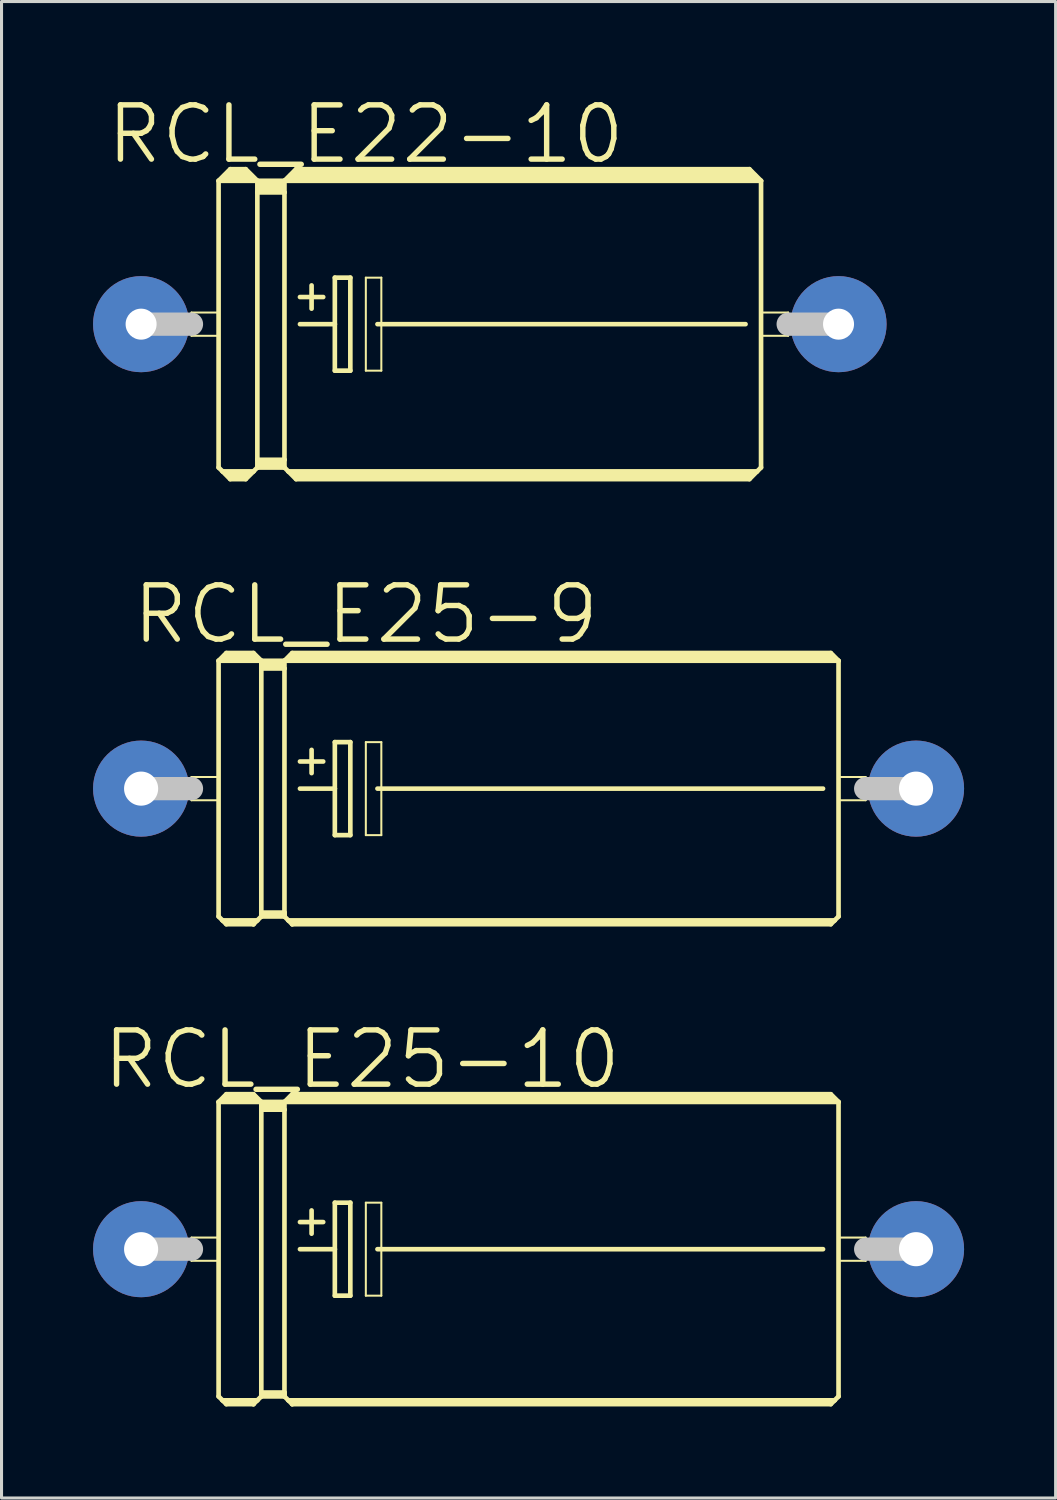
<source format=kicad_pcb>
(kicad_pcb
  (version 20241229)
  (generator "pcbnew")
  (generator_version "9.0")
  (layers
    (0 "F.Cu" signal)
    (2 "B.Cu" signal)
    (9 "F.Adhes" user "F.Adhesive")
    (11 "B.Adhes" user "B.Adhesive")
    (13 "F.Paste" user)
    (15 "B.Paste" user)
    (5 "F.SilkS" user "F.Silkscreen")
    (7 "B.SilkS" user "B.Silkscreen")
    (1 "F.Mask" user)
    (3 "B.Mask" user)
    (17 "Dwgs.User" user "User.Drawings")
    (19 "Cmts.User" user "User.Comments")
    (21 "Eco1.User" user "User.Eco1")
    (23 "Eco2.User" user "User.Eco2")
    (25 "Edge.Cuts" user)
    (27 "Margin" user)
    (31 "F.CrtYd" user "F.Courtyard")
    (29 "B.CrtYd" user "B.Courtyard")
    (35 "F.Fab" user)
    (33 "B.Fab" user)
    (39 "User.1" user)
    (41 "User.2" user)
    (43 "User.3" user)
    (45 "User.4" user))
  (footprint "RCL_E25-10"
    (layer "F.Cu")
    (at 14.275 37.895)
    (property "Reference" "RCL_E25-10" (at -5.461 -6.223 0) (layer "F.SilkS") (effects (font (size 1.778 1.778) (thickness 0.178))))
    (attr exclude_from_pos_files exclude_from_bom)
    (fp_line (start -11.049 -0.381) (end -10.16 -0.381) (stroke (width 0.066) (type solid)) (layer "F.SilkS"))
    (fp_line (start -11.049 0.381) (end -11.049 -0.381) (stroke (width 0.066) (type solid)) (layer "F.SilkS"))
    (fp_line (start -11.049 0.381) (end -10.16 0.381) (stroke (width 0.066) (type solid)) (layer "F.SilkS"))
    (fp_line (start -10.16 -4.826) (end -10.16 4.826) (stroke (width 0.152) (type solid)) (layer "F.SilkS"))
    (fp_line (start -10.16 -4.826) (end -9.906 -5.08) (stroke (width 0.152) (type solid)) (layer "F.SilkS"))
    (fp_line (start -10.16 -4.826) (end -8.76 -4.826) (stroke (width 0.152) (type solid)) (layer "F.SilkS"))
    (fp_line (start -10.16 0.381) (end -10.16 -0.381) (stroke (width 0.066) (type solid)) (layer "F.SilkS"))
    (fp_line (start -10.16 4.826) (end -10.033 4.953) (stroke (width 0.152) (type solid)) (layer "F.SilkS"))
    (fp_line (start -10.033 4.953) (end -9.906 5.08) (stroke (width 0.152) (type solid)) (layer "F.SilkS"))
    (fp_line (start -10.033 4.953) (end -8.89 4.953) (stroke (width 0.152) (type solid)) (layer "F.SilkS"))
    (fp_line (start -9.906 -5.08) (end -9.017 -5.08) (stroke (width 0.152) (type solid)) (layer "F.SilkS"))
    (fp_line (start -9.906 -4.953) (end -9.017 -4.953) (stroke (width 0.305) (type solid)) (layer "F.SilkS"))
    (fp_line (start -9.906 5.029) (end -9.017 5.029) (stroke (width 0.152) (type solid)) (layer "F.SilkS"))
    (fp_line (start -9.906 5.08) (end -9.017 5.08) (stroke (width 0.152) (type solid)) (layer "F.SilkS"))
    (fp_line (start -9.017 -5.08) (end -8.76 -4.826) (stroke (width 0.152) (type solid)) (layer "F.SilkS"))
    (fp_line (start -9.017 5.029) (end -9.017 5.08) (stroke (width 0.152) (type solid)) (layer "F.SilkS"))
    (fp_line (start -9.017 5.08) (end -8.89 4.953) (stroke (width 0.152) (type solid)) (layer "F.SilkS"))
    (fp_line (start -8.89 4.953) (end -8.76 4.826) (stroke (width 0.152) (type solid)) (layer "F.SilkS"))
    (fp_line (start -8.76 -4.826) (end -8.76 -4.572) (stroke (width 0.152) (type solid)) (layer "F.SilkS"))
    (fp_line (start -8.76 -4.572) (end -8.001 -4.572) (stroke (width 0.152) (type solid)) (layer "F.SilkS"))
    (fp_line (start -8.76 4.699) (end -8.76 -4.572) (stroke (width 0.152) (type solid)) (layer "F.SilkS"))
    (fp_line (start -8.76 4.699) (end -8.001 4.699) (stroke (width 0.152) (type solid)) (layer "F.SilkS"))
    (fp_line (start -8.76 4.775) (end -8.76 4.699) (stroke (width 0.152) (type solid)) (layer "F.SilkS"))
    (fp_line (start -8.76 4.775) (end -8.001 4.775) (stroke (width 0.152) (type solid)) (layer "F.SilkS"))
    (fp_line (start -8.76 4.826) (end -8.76 4.775) (stroke (width 0.152) (type solid)) (layer "F.SilkS"))
    (fp_line (start -8.636 -4.699) (end -8.128 -4.699) (stroke (width 0.305) (type solid)) (layer "F.SilkS"))
    (fp_line (start -8.001 -4.826) (end -8.76 -4.826) (stroke (width 0.152) (type solid)) (layer "F.SilkS"))
    (fp_line (start -8.001 -4.826) (end -8.001 -4.572) (stroke (width 0.152) (type solid)) (layer "F.SilkS"))
    (fp_line (start -8.001 -4.826) (end 10.16 -4.826) (stroke (width 0.152) (type solid)) (layer "F.SilkS"))
    (fp_line (start -8.001 4.699) (end -8.001 -4.572) (stroke (width 0.152) (type solid)) (layer "F.SilkS"))
    (fp_line (start -8.001 4.775) (end -8.001 4.699) (stroke (width 0.152) (type solid)) (layer "F.SilkS"))
    (fp_line (start -8.001 4.826) (end -8.76 4.826) (stroke (width 0.152) (type solid)) (layer "F.SilkS"))
    (fp_line (start -8.001 4.826) (end -8.001 4.775) (stroke (width 0.152) (type solid)) (layer "F.SilkS"))
    (fp_line (start -7.874 4.953) (end -8.001 4.826) (stroke (width 0.152) (type solid)) (layer "F.SilkS"))
    (fp_line (start -7.874 4.953) (end 10.033 4.953) (stroke (width 0.152) (type solid)) (layer "F.SilkS"))
    (fp_line (start -7.747 -5.08) (end -8.001 -4.826) (stroke (width 0.152) (type solid)) (layer "F.SilkS"))
    (fp_line (start -7.747 -5.08) (end 9.906 -5.08) (stroke (width 0.152) (type solid)) (layer "F.SilkS"))
    (fp_line (start -7.747 -4.953) (end 9.906 -4.953) (stroke (width 0.305) (type solid)) (layer "F.SilkS"))
    (fp_line (start -7.747 5.029) (end 9.906 5.029) (stroke (width 0.152) (type solid)) (layer "F.SilkS"))
    (fp_line (start -7.747 5.08) (end -7.874 4.953) (stroke (width 0.152) (type solid)) (layer "F.SilkS"))
    (fp_line (start -7.747 5.08) (end -7.747 5.029) (stroke (width 0.152) (type solid)) (layer "F.SilkS"))
    (fp_line (start -7.747 5.08) (end 9.906 5.08) (stroke (width 0.152) (type solid)) (layer "F.SilkS"))
    (fp_line (start -7.493 -0.889) (end -6.731 -0.889) (stroke (width 0.152) (type solid)) (layer "F.SilkS"))
    (fp_line (start -7.493 0) (end -6.35 0) (stroke (width 0.152) (type solid)) (layer "F.SilkS"))
    (fp_line (start -7.112 -1.27) (end -7.112 -0.508) (stroke (width 0.152) (type solid)) (layer "F.SilkS"))
    (fp_line (start -6.35 -1.524) (end -6.35 0) (stroke (width 0.152) (type solid)) (layer "F.SilkS"))
    (fp_line (start -6.35 0) (end -6.35 1.524) (stroke (width 0.152) (type solid)) (layer "F.SilkS"))
    (fp_line (start -6.35 1.524) (end -5.842 1.524) (stroke (width 0.152) (type solid)) (layer "F.SilkS"))
    (fp_line (start -5.842 -1.524) (end -6.35 -1.524) (stroke (width 0.152) (type solid)) (layer "F.SilkS"))
    (fp_line (start -5.842 1.524) (end -5.842 -1.524) (stroke (width 0.152) (type solid)) (layer "F.SilkS"))
    (fp_line (start -5.334 -1.524) (end -4.826 -1.524) (stroke (width 0.066) (type solid)) (layer "F.SilkS"))
    (fp_line (start -5.334 1.524) (end -5.334 -1.524) (stroke (width 0.066) (type solid)) (layer "F.SilkS"))
    (fp_line (start -5.334 1.524) (end -4.826 1.524) (stroke (width 0.066) (type solid)) (layer "F.SilkS"))
    (fp_line (start -4.953 0) (end 9.652 0) (stroke (width 0.152) (type solid)) (layer "F.SilkS"))
    (fp_line (start -4.826 1.524) (end -4.826 -1.524) (stroke (width 0.066) (type solid)) (layer "F.SilkS"))
    (fp_line (start 9.906 -5.08) (end 10.16 -4.826) (stroke (width 0.152) (type solid)) (layer "F.SilkS"))
    (fp_line (start 9.906 5.08) (end 10.033 4.953) (stroke (width 0.152) (type solid)) (layer "F.SilkS"))
    (fp_line (start 10.033 4.953) (end 10.16 4.826) (stroke (width 0.152) (type solid)) (layer "F.SilkS"))
    (fp_line (start 10.16 -0.381) (end 11.049 -0.381) (stroke (width 0.066) (type solid)) (layer "F.SilkS"))
    (fp_line (start 10.16 0.381) (end 10.16 -0.381) (stroke (width 0.066) (type solid)) (layer "F.SilkS"))
    (fp_line (start 10.16 0.381) (end 11.049 0.381) (stroke (width 0.066) (type solid)) (layer "F.SilkS"))
    (fp_line (start 10.16 4.826) (end 10.16 -4.826) (stroke (width 0.152) (type solid)) (layer "F.SilkS"))
    (fp_line (start 11.049 0.381) (end 11.049 -0.381) (stroke (width 0.066) (type solid)) (layer "F.SilkS"))
    (fp_line (start -12.7 0) (end -11.049 0) (stroke (width 0.762) (type solid)) (layer "Dwgs.User"))
    (fp_line (start 12.7 0) (end 11.049 0) (stroke (width 0.762) (type solid)) (layer "Dwgs.User"))
    (pad "+" thru_hole circle (at -12.7 0) (size 3.15 3.15) (drill 1.118) (layers "*.Cu" "*.Paste" "*.Mask"))
    (pad "-" thru_hole circle (at 12.7 0) (size 3.15 3.15) (drill 1.118) (layers "*.Cu" "*.Paste" "*.Mask")))
  (footprint "RCL_E25-9"
    (layer "F.Cu")
    (at 14.275 22.799)
    (property "Reference" "RCL_E25-9" (at -5.334 -5.715 0) (layer "F.SilkS") (effects (font (size 1.778 1.778) (thickness 0.178))))
    (attr exclude_from_pos_files exclude_from_bom)
    (fp_line (start -11.049 -0.381) (end -10.16 -0.381) (stroke (width 0.066) (type solid)) (layer "F.SilkS"))
    (fp_line (start -11.049 0.381) (end -11.049 -0.381) (stroke (width 0.066) (type solid)) (layer "F.SilkS"))
    (fp_line (start -11.049 0.381) (end -10.16 0.381) (stroke (width 0.066) (type solid)) (layer "F.SilkS"))
    (fp_line (start -10.16 -4.191) (end -10.16 4.191) (stroke (width 0.152) (type solid)) (layer "F.SilkS"))
    (fp_line (start -10.16 -4.191) (end -9.906 -4.445) (stroke (width 0.152) (type solid)) (layer "F.SilkS"))
    (fp_line (start -10.16 -4.191) (end -8.76 -4.191) (stroke (width 0.152) (type solid)) (layer "F.SilkS"))
    (fp_line (start -10.16 0.381) (end -10.16 -0.381) (stroke (width 0.066) (type solid)) (layer "F.SilkS"))
    (fp_line (start -10.16 4.191) (end -10.033 4.318) (stroke (width 0.152) (type solid)) (layer "F.SilkS"))
    (fp_line (start -10.033 4.318) (end -9.906 4.445) (stroke (width 0.152) (type solid)) (layer "F.SilkS"))
    (fp_line (start -10.033 4.318) (end -8.89 4.318) (stroke (width 0.152) (type solid)) (layer "F.SilkS"))
    (fp_line (start -9.906 -4.445) (end -9.017 -4.445) (stroke (width 0.152) (type solid)) (layer "F.SilkS"))
    (fp_line (start -9.906 -4.318) (end -9.017 -4.318) (stroke (width 0.305) (type solid)) (layer "F.SilkS"))
    (fp_line (start -9.906 4.392) (end -9.017 4.392) (stroke (width 0.152) (type solid)) (layer "F.SilkS"))
    (fp_line (start -9.906 4.445) (end -9.017 4.445) (stroke (width 0.152) (type solid)) (layer "F.SilkS"))
    (fp_line (start -9.017 -4.445) (end -8.76 -4.191) (stroke (width 0.152) (type solid)) (layer "F.SilkS"))
    (fp_line (start -9.017 4.392) (end -9.017 4.445) (stroke (width 0.152) (type solid)) (layer "F.SilkS"))
    (fp_line (start -9.017 4.445) (end -8.89 4.318) (stroke (width 0.152) (type solid)) (layer "F.SilkS"))
    (fp_line (start -8.89 4.318) (end -8.76 4.191) (stroke (width 0.152) (type solid)) (layer "F.SilkS"))
    (fp_line (start -8.76 -4.191) (end -8.76 -3.937) (stroke (width 0.152) (type solid)) (layer "F.SilkS"))
    (fp_line (start -8.76 -3.937) (end -8.001 -3.937) (stroke (width 0.152) (type solid)) (layer "F.SilkS"))
    (fp_line (start -8.76 4.064) (end -8.76 -3.937) (stroke (width 0.152) (type solid)) (layer "F.SilkS"))
    (fp_line (start -8.76 4.064) (end -8.001 4.064) (stroke (width 0.152) (type solid)) (layer "F.SilkS"))
    (fp_line (start -8.76 4.14) (end -8.76 4.064) (stroke (width 0.152) (type solid)) (layer "F.SilkS"))
    (fp_line (start -8.76 4.14) (end -8.001 4.14) (stroke (width 0.152) (type solid)) (layer "F.SilkS"))
    (fp_line (start -8.76 4.191) (end -8.76 4.14) (stroke (width 0.152) (type solid)) (layer "F.SilkS"))
    (fp_line (start -8.636 -4.064) (end -8.128 -4.064) (stroke (width 0.305) (type solid)) (layer "F.SilkS"))
    (fp_line (start -8.001 -4.191) (end -8.76 -4.191) (stroke (width 0.152) (type solid)) (layer "F.SilkS"))
    (fp_line (start -8.001 -4.191) (end -8.001 -3.937) (stroke (width 0.152) (type solid)) (layer "F.SilkS"))
    (fp_line (start -8.001 -4.191) (end 10.16 -4.191) (stroke (width 0.152) (type solid)) (layer "F.SilkS"))
    (fp_line (start -8.001 4.064) (end -8.001 -3.937) (stroke (width 0.152) (type solid)) (layer "F.SilkS"))
    (fp_line (start -8.001 4.14) (end -8.001 4.064) (stroke (width 0.152) (type solid)) (layer "F.SilkS"))
    (fp_line (start -8.001 4.191) (end -8.76 4.191) (stroke (width 0.152) (type solid)) (layer "F.SilkS"))
    (fp_line (start -8.001 4.191) (end -8.001 4.14) (stroke (width 0.152) (type solid)) (layer "F.SilkS"))
    (fp_line (start -7.874 4.318) (end -8.001 4.191) (stroke (width 0.152) (type solid)) (layer "F.SilkS"))
    (fp_line (start -7.874 4.318) (end 10.033 4.318) (stroke (width 0.152) (type solid)) (layer "F.SilkS"))
    (fp_line (start -7.747 -4.445) (end -8.001 -4.191) (stroke (width 0.152) (type solid)) (layer "F.SilkS"))
    (fp_line (start -7.747 -4.445) (end 9.906 -4.445) (stroke (width 0.152) (type solid)) (layer "F.SilkS"))
    (fp_line (start -7.747 -4.318) (end 9.906 -4.318) (stroke (width 0.305) (type solid)) (layer "F.SilkS"))
    (fp_line (start -7.747 4.392) (end 9.906 4.392) (stroke (width 0.152) (type solid)) (layer "F.SilkS"))
    (fp_line (start -7.747 4.445) (end -7.874 4.318) (stroke (width 0.152) (type solid)) (layer "F.SilkS"))
    (fp_line (start -7.747 4.445) (end -7.747 4.392) (stroke (width 0.152) (type solid)) (layer "F.SilkS"))
    (fp_line (start -7.747 4.445) (end 9.906 4.445) (stroke (width 0.152) (type solid)) (layer "F.SilkS"))
    (fp_line (start -7.493 -0.889) (end -6.731 -0.889) (stroke (width 0.152) (type solid)) (layer "F.SilkS"))
    (fp_line (start -7.493 0) (end -6.35 0) (stroke (width 0.152) (type solid)) (layer "F.SilkS"))
    (fp_line (start -7.112 -1.27) (end -7.112 -0.508) (stroke (width 0.152) (type solid)) (layer "F.SilkS"))
    (fp_line (start -6.35 -1.524) (end -6.35 0) (stroke (width 0.152) (type solid)) (layer "F.SilkS"))
    (fp_line (start -6.35 0) (end -6.35 1.524) (stroke (width 0.152) (type solid)) (layer "F.SilkS"))
    (fp_line (start -6.35 1.524) (end -5.842 1.524) (stroke (width 0.152) (type solid)) (layer "F.SilkS"))
    (fp_line (start -5.842 -1.524) (end -6.35 -1.524) (stroke (width 0.152) (type solid)) (layer "F.SilkS"))
    (fp_line (start -5.842 1.524) (end -5.842 -1.524) (stroke (width 0.152) (type solid)) (layer "F.SilkS"))
    (fp_line (start -5.334 -1.524) (end -4.826 -1.524) (stroke (width 0.066) (type solid)) (layer "F.SilkS"))
    (fp_line (start -5.334 1.524) (end -5.334 -1.524) (stroke (width 0.066) (type solid)) (layer "F.SilkS"))
    (fp_line (start -5.334 1.524) (end -4.826 1.524) (stroke (width 0.066) (type solid)) (layer "F.SilkS"))
    (fp_line (start -4.953 0) (end 9.652 0) (stroke (width 0.152) (type solid)) (layer "F.SilkS"))
    (fp_line (start -4.826 1.524) (end -4.826 -1.524) (stroke (width 0.066) (type solid)) (layer "F.SilkS"))
    (fp_line (start 9.906 -4.445) (end 10.16 -4.191) (stroke (width 0.152) (type solid)) (layer "F.SilkS"))
    (fp_line (start 9.906 4.445) (end 10.033 4.318) (stroke (width 0.152) (type solid)) (layer "F.SilkS"))
    (fp_line (start 10.033 4.318) (end 10.16 4.191) (stroke (width 0.152) (type solid)) (layer "F.SilkS"))
    (fp_line (start 10.16 -0.381) (end 11.049 -0.381) (stroke (width 0.066) (type solid)) (layer "F.SilkS"))
    (fp_line (start 10.16 0.381) (end 10.16 -0.381) (stroke (width 0.066) (type solid)) (layer "F.SilkS"))
    (fp_line (start 10.16 0.381) (end 11.049 0.381) (stroke (width 0.066) (type solid)) (layer "F.SilkS"))
    (fp_line (start 10.16 4.191) (end 10.16 -4.191) (stroke (width 0.152) (type solid)) (layer "F.SilkS"))
    (fp_line (start 11.049 0.381) (end 11.049 -0.381) (stroke (width 0.066) (type solid)) (layer "F.SilkS"))
    (fp_line (start -12.7 0) (end -11.049 0) (stroke (width 0.762) (type solid)) (layer "Dwgs.User"))
    (fp_line (start 12.7 0) (end 11.049 0) (stroke (width 0.762) (type solid)) (layer "Dwgs.User"))
    (pad "+" thru_hole circle (at -12.7 0) (size 3.15 3.15) (drill 1.118) (layers "*.Cu" "*.Paste" "*.Mask"))
    (pad "-" thru_hole circle (at 12.7 0) (size 3.15 3.15) (drill 1.118) (layers "*.Cu" "*.Paste" "*.Mask")))
  (footprint "RCL_E22-10"
    (layer "F.Cu")
    (at 13.005 7.575)
    (property "Reference" "RCL_E22-10" (at -4.064 -6.223 0) (layer "F.SilkS") (effects (font (size 1.778 1.778) (thickness 0.178))))
    (attr exclude_from_pos_files exclude_from_bom)
    (fp_line (start -9.779 -0.381) (end -8.89 -0.381) (stroke (width 0.066) (type solid)) (layer "F.SilkS"))
    (fp_line (start -9.779 0.381) (end -9.779 -0.381) (stroke (width 0.066) (type solid)) (layer "F.SilkS"))
    (fp_line (start -9.779 0.381) (end -8.89 0.381) (stroke (width 0.066) (type solid)) (layer "F.SilkS"))
    (fp_line (start -8.89 -4.699) (end -8.89 4.699) (stroke (width 0.152) (type solid)) (layer "F.SilkS"))
    (fp_line (start -8.89 -4.699) (end -8.509 -5.08) (stroke (width 0.152) (type solid)) (layer "F.SilkS"))
    (fp_line (start -8.89 -4.699) (end -7.62 -4.699) (stroke (width 0.152) (type solid)) (layer "F.SilkS"))
    (fp_line (start -8.89 0.381) (end -8.89 -0.381) (stroke (width 0.066) (type solid)) (layer "F.SilkS"))
    (fp_line (start -8.89 4.699) (end -8.76 4.826) (stroke (width 0.152) (type solid)) (layer "F.SilkS"))
    (fp_line (start -8.76 4.826) (end -8.509 5.08) (stroke (width 0.152) (type solid)) (layer "F.SilkS"))
    (fp_line (start -8.76 4.826) (end -7.747 4.826) (stroke (width 0.152) (type solid)) (layer "F.SilkS"))
    (fp_line (start -8.636 -4.826) (end -7.874 -4.826) (stroke (width 0.305) (type solid)) (layer "F.SilkS"))
    (fp_line (start -8.509 -5.08) (end -8.001 -5.08) (stroke (width 0.152) (type solid)) (layer "F.SilkS"))
    (fp_line (start -8.509 -4.953) (end -8.001 -4.953) (stroke (width 0.305) (type solid)) (layer "F.SilkS"))
    (fp_line (start -8.509 4.953) (end -8.001 4.953) (stroke (width 0.254) (type solid)) (layer "F.SilkS"))
    (fp_line (start -8.509 5.08) (end -8.001 5.08) (stroke (width 0.152) (type solid)) (layer "F.SilkS"))
    (fp_line (start -7.747 4.826) (end -8.001 5.08) (stroke (width 0.152) (type solid)) (layer "F.SilkS"))
    (fp_line (start -7.62 -4.699) (end -8.001 -5.08) (stroke (width 0.152) (type solid)) (layer "F.SilkS"))
    (fp_line (start -7.62 -4.699) (end -7.62 -4.318) (stroke (width 0.152) (type solid)) (layer "F.SilkS"))
    (fp_line (start -7.62 -4.699) (end -6.731 -4.699) (stroke (width 0.152) (type solid)) (layer "F.SilkS"))
    (fp_line (start -7.62 -4.318) (end -6.731 -4.318) (stroke (width 0.152) (type solid)) (layer "F.SilkS"))
    (fp_line (start -7.62 4.445) (end -7.62 -4.318) (stroke (width 0.152) (type solid)) (layer "F.SilkS"))
    (fp_line (start -7.62 4.445) (end -6.731 4.445) (stroke (width 0.152) (type solid)) (layer "F.SilkS"))
    (fp_line (start -7.62 4.699) (end -7.747 4.826) (stroke (width 0.152) (type solid)) (layer "F.SilkS"))
    (fp_line (start -7.62 4.699) (end -7.62 4.445) (stroke (width 0.152) (type solid)) (layer "F.SilkS"))
    (fp_line (start -7.62 4.699) (end -6.731 4.699) (stroke (width 0.152) (type solid)) (layer "F.SilkS"))
    (fp_line (start -7.493 -4.572) (end -6.858 -4.572) (stroke (width 0.305) (type solid)) (layer "F.SilkS"))
    (fp_line (start -7.493 -4.445) (end -6.858 -4.445) (stroke (width 0.305) (type solid)) (layer "F.SilkS"))
    (fp_line (start -7.493 4.572) (end -6.858 4.572) (stroke (width 0.254) (type solid)) (layer "F.SilkS"))
    (fp_line (start -6.731 -4.699) (end -6.731 -4.318) (stroke (width 0.152) (type solid)) (layer "F.SilkS"))
    (fp_line (start -6.731 -4.699) (end 8.89 -4.699) (stroke (width 0.152) (type solid)) (layer "F.SilkS"))
    (fp_line (start -6.731 -4.318) (end -6.731 4.445) (stroke (width 0.152) (type solid)) (layer "F.SilkS"))
    (fp_line (start -6.731 4.445) (end -6.731 4.699) (stroke (width 0.152) (type solid)) (layer "F.SilkS"))
    (fp_line (start -6.604 4.826) (end -6.731 4.699) (stroke (width 0.152) (type solid)) (layer "F.SilkS"))
    (fp_line (start -6.604 4.826) (end 8.76 4.826) (stroke (width 0.152) (type solid)) (layer "F.SilkS"))
    (fp_line (start -6.477 -4.826) (end 8.636 -4.826) (stroke (width 0.305) (type solid)) (layer "F.SilkS"))
    (fp_line (start -6.35 -5.08) (end -6.731 -4.699) (stroke (width 0.152) (type solid)) (layer "F.SilkS"))
    (fp_line (start -6.35 -5.08) (end 8.509 -5.08) (stroke (width 0.152) (type solid)) (layer "F.SilkS"))
    (fp_line (start -6.35 -4.953) (end 8.509 -4.953) (stroke (width 0.305) (type solid)) (layer "F.SilkS"))
    (fp_line (start -6.35 4.953) (end 8.509 4.953) (stroke (width 0.254) (type solid)) (layer "F.SilkS"))
    (fp_line (start -6.35 5.08) (end -6.604 4.826) (stroke (width 0.152) (type solid)) (layer "F.SilkS"))
    (fp_line (start -6.35 5.08) (end 8.509 5.08) (stroke (width 0.152) (type solid)) (layer "F.SilkS"))
    (fp_line (start -6.223 -0.889) (end -5.461 -0.889) (stroke (width 0.152) (type solid)) (layer "F.SilkS"))
    (fp_line (start -6.223 0) (end -5.08 0) (stroke (width 0.152) (type solid)) (layer "F.SilkS"))
    (fp_line (start -5.842 -1.27) (end -5.842 -0.508) (stroke (width 0.152) (type solid)) (layer "F.SilkS"))
    (fp_line (start -5.08 -1.524) (end -5.08 0) (stroke (width 0.152) (type solid)) (layer "F.SilkS"))
    (fp_line (start -5.08 0) (end -5.08 1.524) (stroke (width 0.152) (type solid)) (layer "F.SilkS"))
    (fp_line (start -5.08 1.524) (end -4.572 1.524) (stroke (width 0.152) (type solid)) (layer "F.SilkS"))
    (fp_line (start -4.572 -1.524) (end -5.08 -1.524) (stroke (width 0.152) (type solid)) (layer "F.SilkS"))
    (fp_line (start -4.572 1.524) (end -4.572 -1.524) (stroke (width 0.152) (type solid)) (layer "F.SilkS"))
    (fp_line (start -4.064 -1.524) (end -3.556 -1.524) (stroke (width 0.066) (type solid)) (layer "F.SilkS"))
    (fp_line (start -4.064 1.524) (end -4.064 -1.524) (stroke (width 0.066) (type solid)) (layer "F.SilkS"))
    (fp_line (start -4.064 1.524) (end -3.556 1.524) (stroke (width 0.066) (type solid)) (layer "F.SilkS"))
    (fp_line (start -3.683 0) (end 8.382 0) (stroke (width 0.152) (type solid)) (layer "F.SilkS"))
    (fp_line (start -3.556 1.524) (end -3.556 -1.524) (stroke (width 0.066) (type solid)) (layer "F.SilkS"))
    (fp_line (start 8.509 -5.08) (end 8.89 -4.699) (stroke (width 0.152) (type solid)) (layer "F.SilkS"))
    (fp_line (start 8.509 5.08) (end 8.76 4.826) (stroke (width 0.152) (type solid)) (layer "F.SilkS"))
    (fp_line (start 8.76 4.826) (end 8.89 4.699) (stroke (width 0.152) (type solid)) (layer "F.SilkS"))
    (fp_line (start 8.89 -4.699) (end 8.89 4.699) (stroke (width 0.152) (type solid)) (layer "F.SilkS"))
    (fp_line (start 8.89 -0.381) (end 9.779 -0.381) (stroke (width 0.066) (type solid)) (layer "F.SilkS"))
    (fp_line (start 8.89 0.381) (end 8.89 -0.381) (stroke (width 0.066) (type solid)) (layer "F.SilkS"))
    (fp_line (start 8.89 0.381) (end 9.779 0.381) (stroke (width 0.066) (type solid)) (layer "F.SilkS"))
    (fp_line (start 9.779 0.381) (end 9.779 -0.381) (stroke (width 0.066) (type solid)) (layer "F.SilkS"))
    (fp_line (start -11.43 0) (end -9.779 0) (stroke (width 0.762) (type solid)) (layer "Dwgs.User"))
    (fp_line (start 11.43 0) (end 9.779 0) (stroke (width 0.762) (type solid)) (layer "Dwgs.User"))
    (pad "+" thru_hole circle (at -11.43 0) (size 3.15 3.15) (drill 1.016) (layers "*.Cu" "*.Paste" "*.Mask"))
    (pad "-" thru_hole circle (at 11.43 0) (size 3.15 3.15) (drill 1.016) (layers "*.Cu" "*.Paste" "*.Mask")))
  (gr_rect
    (start -3 -3)
    (end 31.55 46.051)
    (stroke (width 0.1) (type default))
    (fill no)
    (layer "Edge.Cuts")))
</source>
